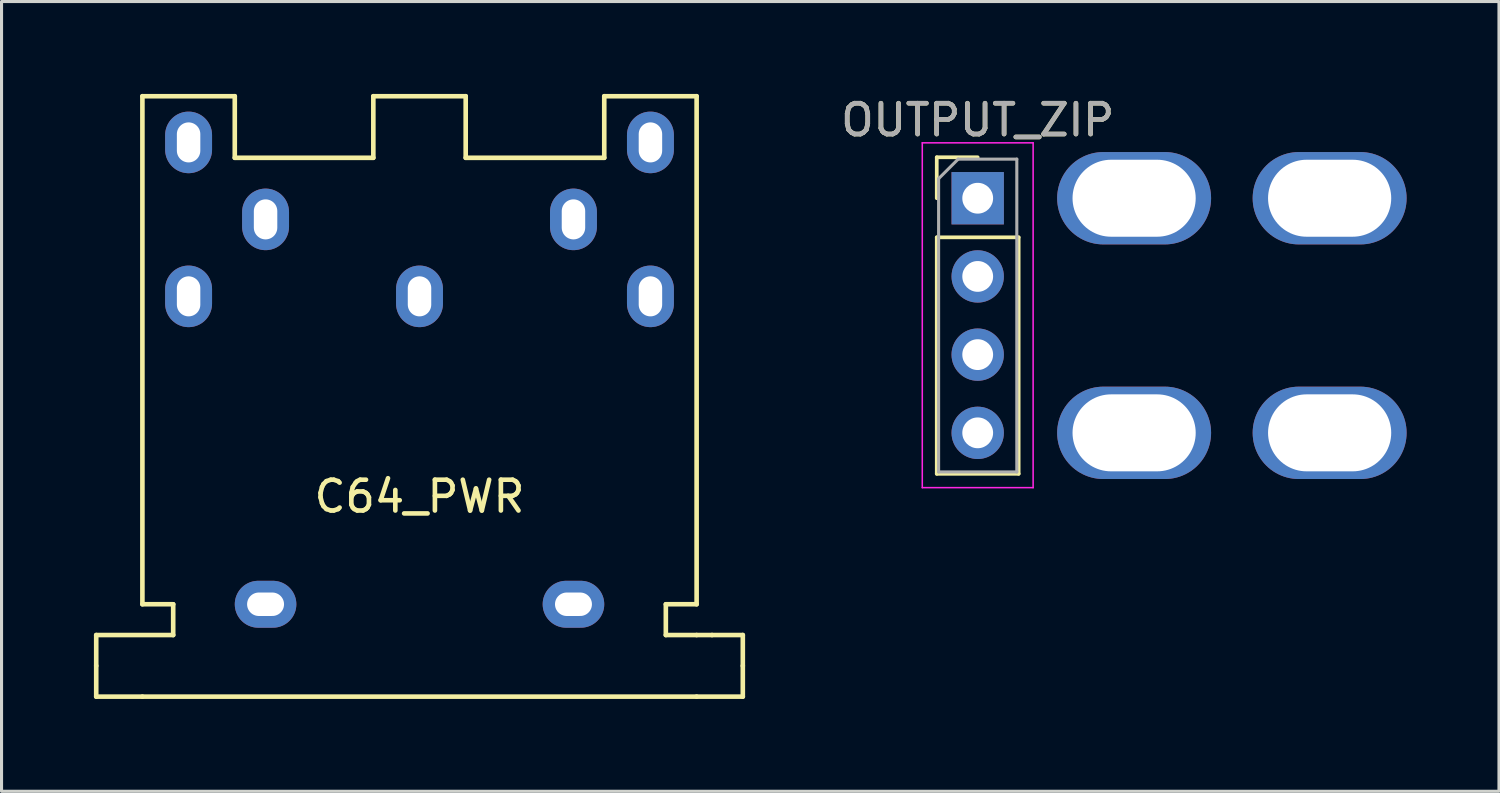
<source format=kicad_pcb>
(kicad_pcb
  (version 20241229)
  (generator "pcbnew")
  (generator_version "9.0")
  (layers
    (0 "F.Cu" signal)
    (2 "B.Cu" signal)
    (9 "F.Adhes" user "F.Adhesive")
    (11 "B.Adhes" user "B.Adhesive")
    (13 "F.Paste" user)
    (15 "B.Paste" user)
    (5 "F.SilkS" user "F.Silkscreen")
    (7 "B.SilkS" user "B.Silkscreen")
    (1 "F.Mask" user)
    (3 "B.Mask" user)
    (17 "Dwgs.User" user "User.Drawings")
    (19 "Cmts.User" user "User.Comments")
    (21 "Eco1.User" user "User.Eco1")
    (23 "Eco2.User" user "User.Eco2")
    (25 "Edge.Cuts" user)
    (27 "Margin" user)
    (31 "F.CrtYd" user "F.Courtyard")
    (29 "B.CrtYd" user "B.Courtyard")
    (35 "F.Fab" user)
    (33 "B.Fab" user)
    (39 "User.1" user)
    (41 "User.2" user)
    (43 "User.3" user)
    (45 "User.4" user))
  (footprint "OUTPUT_ZIP"
    (layer "F.Cu")
    (at 28.704 3.388)
    (property "Reference" "OUTPUT_ZIP" (at 0 -2.54 0) (layer "F.SilkS") (effects (font (size 1 1) (thickness 0.15))))
    (attr through_hole)
    (fp_line (start -1.33 -1.33) (end 0 -1.33) (stroke (width 0.12) (type solid)) (layer "F.SilkS"))
    (fp_line (start -1.33 0) (end -1.33 -1.33) (stroke (width 0.12) (type solid)) (layer "F.SilkS"))
    (fp_line (start -1.33 1.27) (end -1.33 8.95) (stroke (width 0.12) (type solid)) (layer "F.SilkS"))
    (fp_line (start -1.33 1.27) (end 1.33 1.27) (stroke (width 0.12) (type solid)) (layer "F.SilkS"))
    (fp_line (start -1.33 8.95) (end 1.33 8.95) (stroke (width 0.12) (type solid)) (layer "F.SilkS"))
    (fp_line (start 1.33 1.27) (end 1.33 8.95) (stroke (width 0.12) (type solid)) (layer "F.SilkS"))
    (fp_line (start -1.8 -1.8) (end -1.8 9.4) (stroke (width 0.05) (type solid)) (layer "F.CrtYd"))
    (fp_line (start -1.8 9.4) (end 1.8 9.4) (stroke (width 0.05) (type solid)) (layer "F.CrtYd"))
    (fp_line (start 1.8 -1.8) (end -1.8 -1.8) (stroke (width 0.05) (type solid)) (layer "F.CrtYd"))
    (fp_line (start 1.8 9.4) (end 1.8 -1.8) (stroke (width 0.05) (type solid)) (layer "F.CrtYd"))
    (fp_line (start -1.27 -0.635) (end -0.635 -1.27) (stroke (width 0.1) (type solid)) (layer "F.Fab"))
    (fp_line (start -1.27 8.89) (end -1.27 -0.635) (stroke (width 0.1) (type solid)) (layer "F.Fab"))
    (fp_line (start -0.635 -1.27) (end 1.27 -1.27) (stroke (width 0.1) (type solid)) (layer "F.Fab"))
    (fp_line (start 1.27 -1.27) (end 1.27 8.89) (stroke (width 0.1) (type solid)) (layer "F.Fab"))
    (fp_line (start 1.27 8.89) (end -1.27 8.89) (stroke (width 0.1) (type solid)) (layer "F.Fab"))
    (fp_text user "${REFERENCE}" (at 0 -2.54 180) (layer "F.Fab") (effects (font (size 1 1) (thickness 0.15))))
    (pad "" np_thru_hole oval (at 5.08 0) (size 5 3) (drill oval 4 2.5) (layers "*.Cu" "*.Mask"))
    (pad "" np_thru_hole oval (at 5.08 7.62) (size 5 3) (drill oval 4 2.5) (layers "*.Cu" "*.Mask"))
    (pad "" np_thru_hole oval (at 11.43 0) (size 5 3) (drill oval 4 2.5) (layers "*.Cu" "*.Mask"))
    (pad "" np_thru_hole oval (at 11.43 7.62) (size 5 3) (drill oval 4 2.5) (layers "*.Cu" "*.Mask"))
    (pad "1" thru_hole rect (at 0 0) (size 1.7 1.7) (drill 1) (layers "*.Cu" "*.Mask"))
    (pad "2" thru_hole oval (at 0 2.54) (size 1.7 1.7) (drill 1) (layers "*.Cu" "*.Mask"))
    (pad "3" thru_hole oval (at 0 5.08) (size 1.7 1.7) (drill 1) (layers "*.Cu" "*.Mask"))
    (pad "4" thru_hole oval (at 0 7.62) (size 1.7 1.7) (drill 1) (layers "*.Cu" "*.Mask")))
  (footprint "C64_PWR"
    (layer "F.Cu")
    (at 10.575 6.575)
    (property "Reference" "C64_PWR" (at 0 6.5 0) (layer "F.SilkS") (effects (font (size 1 1) (thickness 0.15))))
    (attr through_hole)
    (fp_line (start -10.5 11) (end -10.5 12) (stroke (width 0.15) (type solid)) (layer "F.SilkS"))
    (fp_line (start -10.5 12) (end -10.5 13) (stroke (width 0.15) (type solid)) (layer "F.SilkS"))
    (fp_line (start -10.5 13) (end -9 13) (stroke (width 0.15) (type solid)) (layer "F.SilkS"))
    (fp_line (start -9 -6.5) (end -6 -6.5) (stroke (width 0.15) (type solid)) (layer "F.SilkS"))
    (fp_line (start -9 10) (end -9 -6.5) (stroke (width 0.15) (type solid)) (layer "F.SilkS"))
    (fp_line (start -9 10) (end -8 10) (stroke (width 0.15) (type solid)) (layer "F.SilkS"))
    (fp_line (start -9 13) (end 9 13) (stroke (width 0.15) (type solid)) (layer "F.SilkS"))
    (fp_line (start -8 10) (end -8 11) (stroke (width 0.15) (type solid)) (layer "F.SilkS"))
    (fp_line (start -8 11) (end -10.5 11) (stroke (width 0.15) (type solid)) (layer "F.SilkS"))
    (fp_line (start -6 -6.5) (end -6 -4.5) (stroke (width 0.15) (type solid)) (layer "F.SilkS"))
    (fp_line (start -1.5 -6.5) (end 1.5 -6.5) (stroke (width 0.15) (type solid)) (layer "F.SilkS"))
    (fp_line (start -1.5 -4.5) (end -6 -4.5) (stroke (width 0.15) (type solid)) (layer "F.SilkS"))
    (fp_line (start -1.5 -4.5) (end -1.5 -6.5) (stroke (width 0.15) (type solid)) (layer "F.SilkS"))
    (fp_line (start 1.5 -6.5) (end 1.5 -4.5) (stroke (width 0.15) (type solid)) (layer "F.SilkS"))
    (fp_line (start 1.5 -4.5) (end 6 -4.5) (stroke (width 0.15) (type solid)) (layer "F.SilkS"))
    (fp_line (start 6 -6.5) (end 6 -4.5) (stroke (width 0.15) (type solid)) (layer "F.SilkS"))
    (fp_line (start 8 10) (end 8 11) (stroke (width 0.15) (type solid)) (layer "F.SilkS"))
    (fp_line (start 8 11) (end 9 11) (stroke (width 0.15) (type solid)) (layer "F.SilkS"))
    (fp_line (start 9 -6.5) (end 6 -6.5) (stroke (width 0.15) (type solid)) (layer "F.SilkS"))
    (fp_line (start 9 10) (end 8 10) (stroke (width 0.15) (type solid)) (layer "F.SilkS"))
    (fp_line (start 9 10) (end 9 -6.5) (stroke (width 0.15) (type solid)) (layer "F.SilkS"))
    (fp_line (start 9.5 11) (end 9 11) (stroke (width 0.15) (type solid)) (layer "F.SilkS"))
    (fp_line (start 10.5 11) (end 9.5 11) (stroke (width 0.15) (type solid)) (layer "F.SilkS"))
    (fp_line (start 10.5 11) (end 10.5 12) (stroke (width 0.15) (type solid)) (layer "F.SilkS"))
    (fp_line (start 10.5 12) (end 10.5 13) (stroke (width 0.15) (type solid)) (layer "F.SilkS"))
    (fp_line (start 10.5 13) (end 9 13) (stroke (width 0.15) (type solid)) (layer "F.SilkS"))
    (pad "" np_thru_hole oval (at -5 10) (size 2 1.524) (drill oval 1.2 0.762) (layers "*.Cu" "*.Mask"))
    (pad "" np_thru_hole oval (at 5 10) (size 2 1.524) (drill oval 1.2 0.762) (layers "*.Cu" "*.Mask"))
    (pad "1" thru_hole oval (at 7.5 0) (size 1.524 2) (drill oval 0.762 1.3) (layers "*.Cu" "*.Mask"))
    (pad "2" thru_hole oval (at 0 0) (size 1.524 2) (drill oval 0.762 1.3) (layers "*.Cu" "*.Mask"))
    (pad "3" thru_hole oval (at -7.5 0) (size 1.524 2) (drill oval 0.762 1.3) (layers "*.Cu" "*.Mask"))
    (pad "4" thru_hole oval (at 5 -2.5) (size 1.524 2) (drill oval 0.762 1.3) (layers "*.Cu" "*.Mask"))
    (pad "5" thru_hole oval (at -5 -2.5) (size 1.524 2) (drill oval 0.762 1.3) (layers "*.Cu" "*.Mask"))
    (pad "6" thru_hole oval (at 7.5 -5) (size 1.524 2) (drill oval 0.762 1.3) (layers "*.Cu" "*.Mask"))
    (pad "7" thru_hole oval (at -7.5 -5) (size 1.524 2) (drill oval 0.762 1.3) (layers "*.Cu" "*.Mask")))
  (gr_rect
    (start -3 -3)
    (end 45.634 22.65)
    (stroke (width 0.1) (type default))
    (fill no)
    (layer "Edge.Cuts")))
</source>
